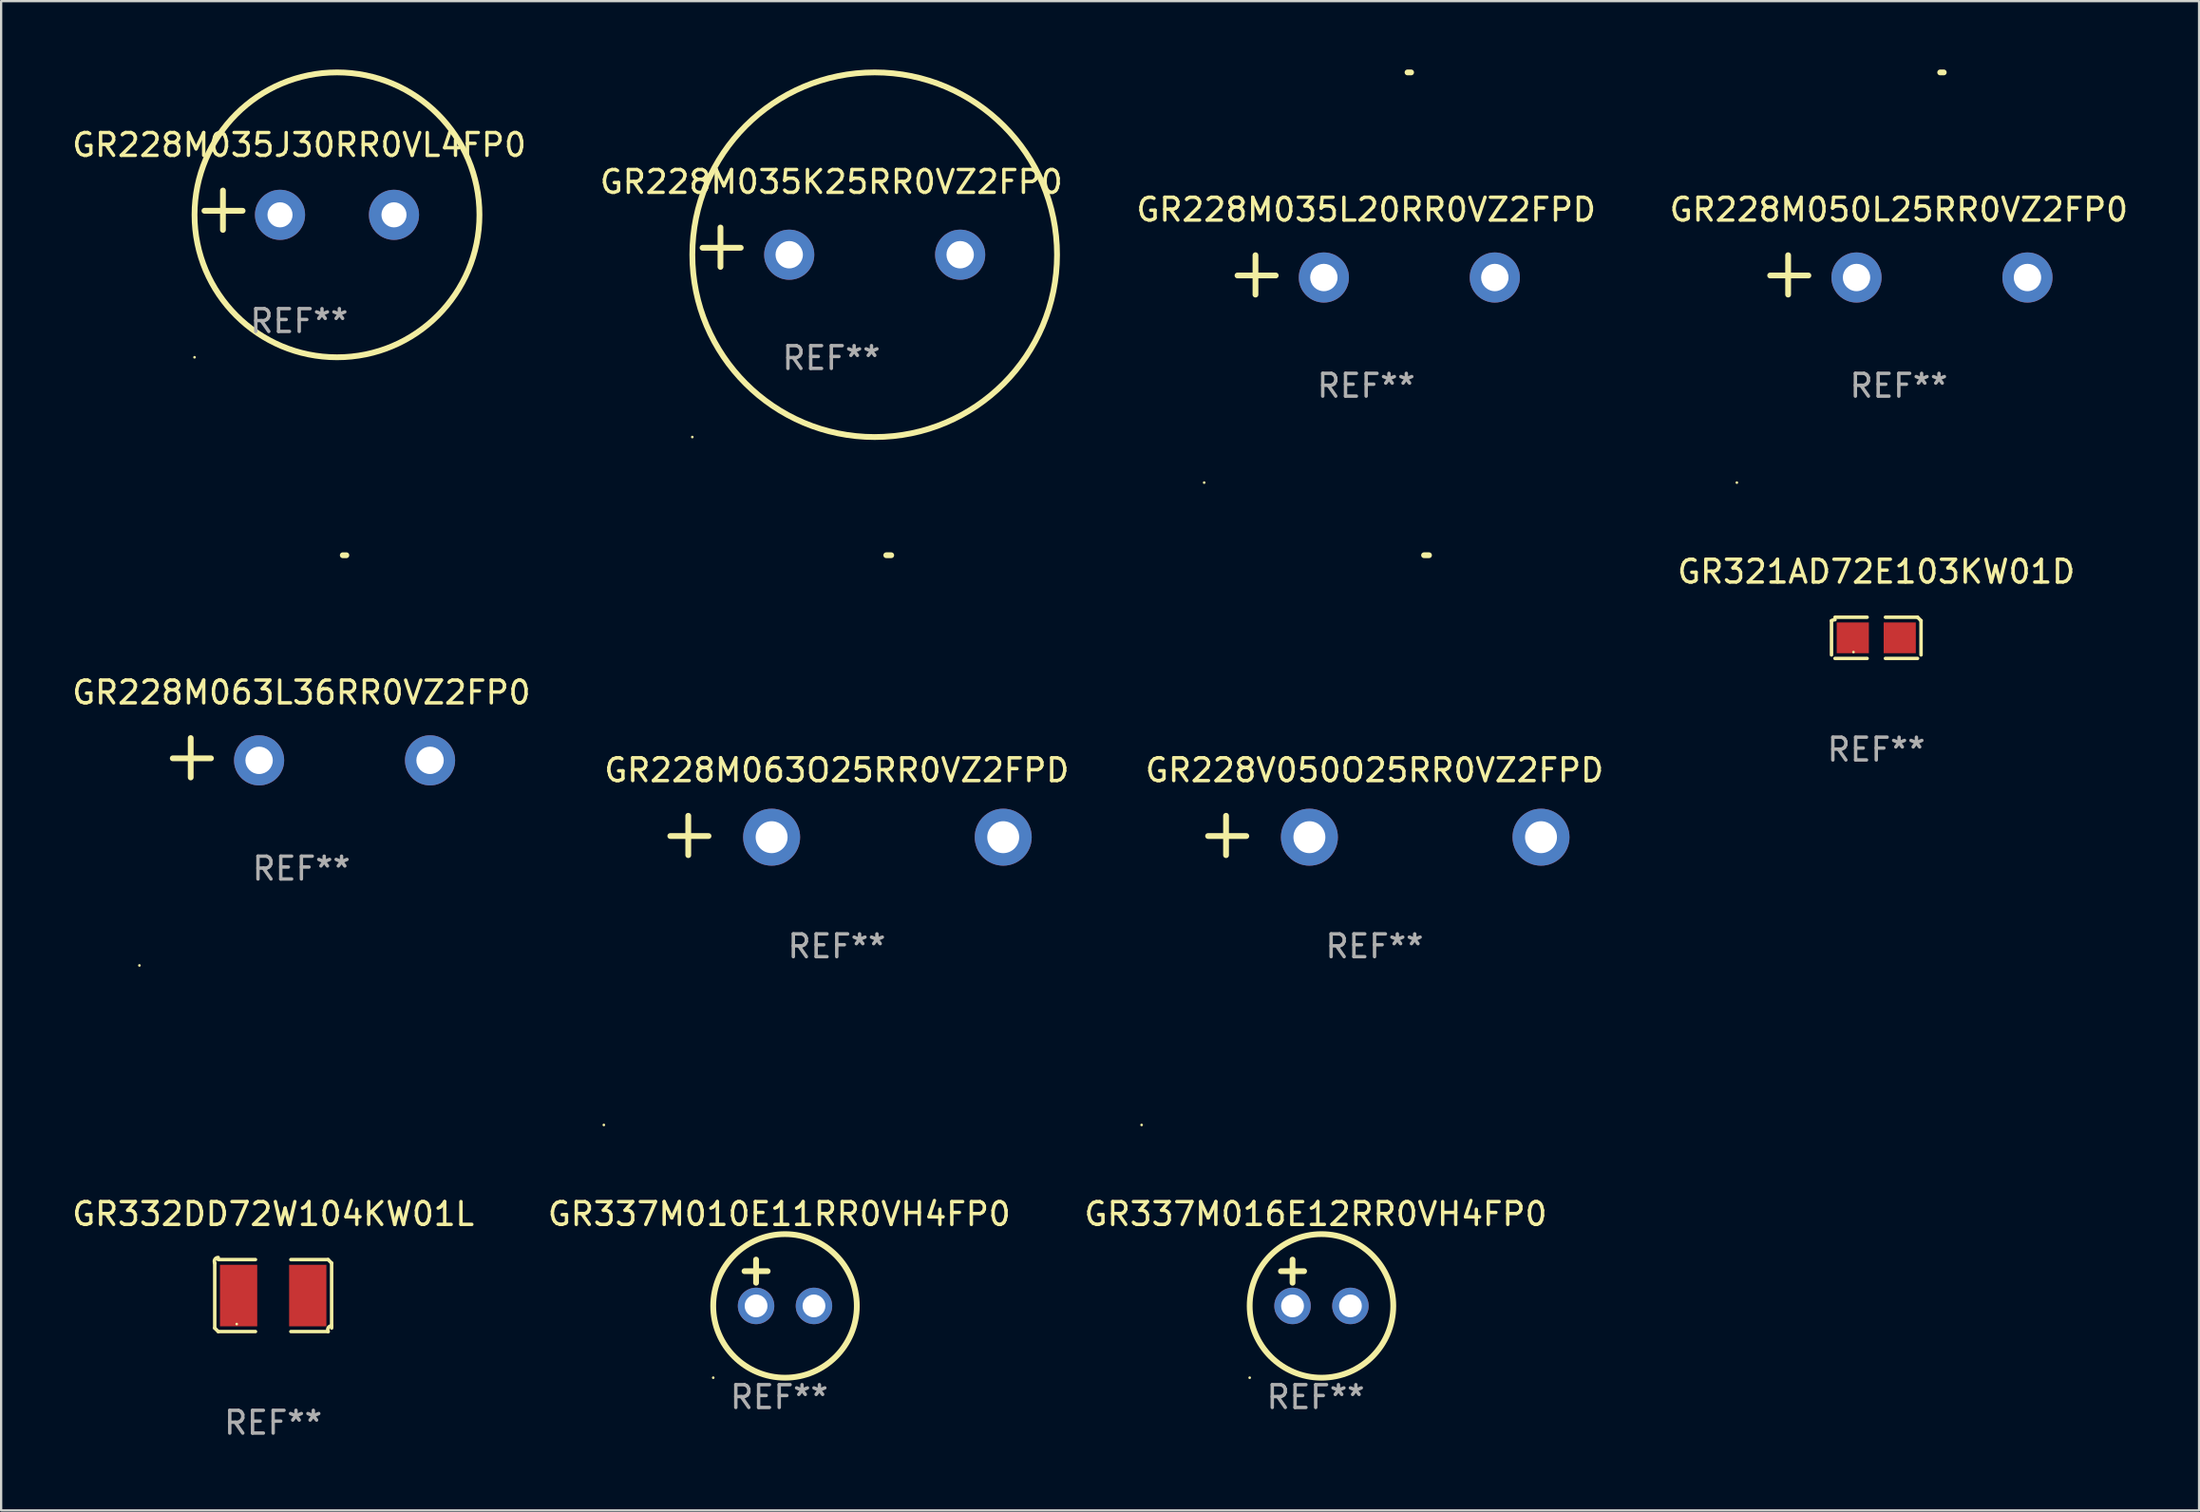
<source format=kicad_pcb>
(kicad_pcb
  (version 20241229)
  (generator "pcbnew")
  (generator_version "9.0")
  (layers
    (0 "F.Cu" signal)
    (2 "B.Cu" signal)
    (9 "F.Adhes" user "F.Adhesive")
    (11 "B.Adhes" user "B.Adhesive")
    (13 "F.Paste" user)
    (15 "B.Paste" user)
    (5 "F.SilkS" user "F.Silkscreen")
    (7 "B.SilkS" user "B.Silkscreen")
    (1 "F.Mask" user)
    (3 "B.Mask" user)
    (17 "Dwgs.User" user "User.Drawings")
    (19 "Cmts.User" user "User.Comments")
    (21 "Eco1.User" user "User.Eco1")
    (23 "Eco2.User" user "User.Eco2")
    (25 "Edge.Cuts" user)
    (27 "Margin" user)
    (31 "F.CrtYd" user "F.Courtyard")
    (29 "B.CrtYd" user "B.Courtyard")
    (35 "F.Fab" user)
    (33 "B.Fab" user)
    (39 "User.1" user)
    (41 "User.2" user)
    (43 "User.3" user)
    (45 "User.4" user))
  (footprint "GR228M063O25RR0VZ2FPD"
    (layer "F.Cu")
    (at 33.661 33.61)
    (property "Reference" "GR228M063O25RR0VZ2FPD" (at 0 -2.864 0) (layer "F.SilkS") (effects (font (size 1 1) (thickness 0.15))))
    (attr through_hole)
    (fp_line (start -6.515 0.864) (end -6.515 -0.864) (stroke (width 0.254) (type solid)) (layer "F.SilkS"))
    (fp_line (start -5.626 0.025) (end -7.303 0.025) (stroke (width 0.254) (type solid)) (layer "F.SilkS"))
    (fp_arc (start 2.171704 -12.296165) (mid 2.280925 -12.296638) (end 2.390145 -12.296165) (stroke (width 0.254001) (type solid)) (layer "F.SilkS"))
    (fp_circle (center -10.219 12.703) (end -10.189 12.703) (stroke (width 0.06) (type solid)) (fill no) (layer "F.SilkS"))
    (fp_text user "REF**" (at 0 4.864 0) (layer "F.Fab") (effects (font (size 1 1) (thickness 0.15))))
    (pad "1" thru_hole circle (at -2.858 0.076) (size 2.5 2.5) (drill 1.4) (layers "*.Cu" "*.Mask"))
    (pad "2" thru_hole circle (at 7.303 0.076) (size 2.5 2.5) (drill 1.4) (layers "*.Cu" "*.Mask")))
  (footprint "GR332DD72W104KW01L"
    (layer "F.Cu")
    (at 8.935 53.8)
    (property "Reference" "GR332DD72W104KW01L" (at 0 -3.579 0) (layer "F.SilkS") (effects (font (size 1 1) (thickness 0.15))))
    (attr through_hole)
    (fp_line (start -2.564 1.426) (end -2.564 -1.426) (stroke (width 0.152) (type solid)) (layer "F.SilkS"))
    (fp_line (start -2.411 -1.579) (end -0.776 -1.579) (stroke (width 0.152) (type solid)) (layer "F.SilkS"))
    (fp_line (start -0.776 1.579) (end -2.411 1.579) (stroke (width 0.152) (type solid)) (layer "F.SilkS"))
    (fp_line (start 0.776 1.579) (end 2.411 1.579) (stroke (width 0.152) (type solid)) (layer "F.SilkS"))
    (fp_line (start 2.411 -1.579) (end 0.776 -1.579) (stroke (width 0.152) (type solid)) (layer "F.SilkS"))
    (fp_line (start 2.564 1.426) (end 2.564 -1.426) (stroke (width 0.152) (type solid)) (layer "F.SilkS"))
    (fp_arc (start -2.563602 -1.426213) (mid -2.555597 -1.591233) (end -2.411201 -1.671518) (stroke (width 0.1524) (type solid)) (layer "F.SilkS"))
    (fp_arc (start -2.5636 1.426214) (mid -2.487389 1.502402) (end -2.411201 1.578613) (stroke (width 0.1524) (type solid)) (layer "F.SilkS"))
    (fp_arc (start 2.411197 -1.578618) (mid 2.487403 -1.502419) (end 2.563602 -1.426213) (stroke (width 0.1524) (type solid)) (layer "F.SilkS"))
    (fp_arc (start 2.411201 1.578613) (mid 2.416214 1.409455) (end 2.563602 1.32629) (stroke (width 0.1524) (type solid)) (layer "F.SilkS"))
    (fp_circle (center -1.6 1.25) (end -1.57 1.25) (stroke (width 0.06) (type solid)) (fill no) (layer "F.SilkS"))
    (fp_text user "REF**" (at 0 5.579 0) (layer "F.Fab") (effects (font (size 1 1) (thickness 0.15))))
    (pad "1" smd rect (at -1.517 0) (size 1.635 2.7) (layers "F.Cu" "F.Mask" "F.Paste"))
    (pad "2" smd rect (at 1.517 0) (size 1.635 2.7) (layers "F.Cu" "F.Mask" "F.Paste")))
  (footprint "GR228M035L20RR0VZ2FPD"
    (layer "F.Cu")
    (at 56.887 9.013)
    (property "Reference" "GR228M035L20RR0VZ2FPD" (at 0 -2.864 0) (layer "F.SilkS") (effects (font (size 1 1) (thickness 0.15))))
    (attr through_hole)
    (fp_line (start -4.856 0.864) (end -4.856 -0.864) (stroke (width 0.254) (type solid)) (layer "F.SilkS"))
    (fp_line (start -3.967 0.025) (end -5.644 0.025) (stroke (width 0.254) (type solid)) (layer "F.SilkS"))
    (fp_arc (start 1.815024 -8.885649) (mid 1.893764 -8.88599) (end 1.972504 -8.885649) (stroke (width 0.254001) (type solid)) (layer "F.SilkS"))
    (fp_circle (center -7.106 9.114) (end -7.076 9.114) (stroke (width 0.06) (type solid)) (fill no) (layer "F.SilkS"))
    (fp_text user "REF**" (at 0 4.864 0) (layer "F.Fab") (effects (font (size 1 1) (thickness 0.15))))
    (pad "1" thru_hole circle (at -1.856 0.114) (size 2.2 2.2) (drill 1.2) (layers "*.Cu" "*.Mask"))
    (pad "2" thru_hole circle (at 5.644 0.114) (size 2.2 2.2) (drill 1.2) (layers "*.Cu" "*.Mask")))
  (footprint "GR337M010E11RR0VH4FP0"
    (layer "F.Cu")
    (at 31.137 53.238)
    (property "Reference" "GR337M010E11RR0VH4FP0" (at 0 -3.016 0) (layer "F.SilkS") (effects (font (size 1 1) (thickness 0.15))))
    (attr through_hole)
    (fp_line (start -1.524 -0.508) (end -0.508 -0.508) (stroke (width 0.254) (type solid)) (layer "F.SilkS"))
    (fp_line (start -1.016 -1.016) (end -1.016 0) (stroke (width 0.254) (type solid)) (layer "F.SilkS"))
    (fp_circle (center -2.896 4.166) (end -2.866 4.166) (stroke (width 0.06) (type solid)) (fill no) (layer "F.SilkS"))
    (fp_circle (center 0.254 1.016) (end 3.404 1.016) (stroke (width 0.254) (type solid)) (fill no) (layer "F.SilkS"))
    (fp_text user "REF**" (at 0 5.016 0) (layer "F.Fab") (effects (font (size 1 1) (thickness 0.15))))
    (pad "1" thru_hole circle (at -1.016 1.016) (size 1.6 1.6) (drill 1) (layers "*.Cu" "*.Mask"))
    (pad "2" thru_hole circle (at 1.524 1.016) (size 1.6 1.6) (drill 1) (layers "*.Cu" "*.Mask")))
  (footprint "GR228M063L36RR0VZ2FP0"
    (layer "F.Cu")
    (at 10.173 30.2)
    (property "Reference" "GR228M063L36RR0VZ2FP0" (at 0 -2.864 0) (layer "F.SilkS") (effects (font (size 1 1) (thickness 0.15))))
    (attr through_hole)
    (fp_line (start -4.856 0.864) (end -4.856 -0.864) (stroke (width 0.254) (type solid)) (layer "F.SilkS"))
    (fp_line (start -3.967 0.025) (end -5.644 0.025) (stroke (width 0.254) (type solid)) (layer "F.SilkS"))
    (fp_arc (start 1.815024 -8.885649) (mid 1.893764 -8.88599) (end 1.972504 -8.885649) (stroke (width 0.254001) (type solid)) (layer "F.SilkS"))
    (fp_circle (center -7.106 9.114) (end -7.076 9.114) (stroke (width 0.06) (type solid)) (fill no) (layer "F.SilkS"))
    (fp_text user "REF**" (at 0 4.864 0) (layer "F.Fab") (effects (font (size 1 1) (thickness 0.15))))
    (pad "1" thru_hole circle (at -1.856 0.114) (size 2.2 2.2) (drill 1.2) (layers "*.Cu" "*.Mask"))
    (pad "2" thru_hole circle (at 5.644 0.114) (size 2.2 2.2) (drill 1.2) (layers "*.Cu" "*.Mask")))
  (footprint "GR228M035J30RR0VL4FP0"
    (layer "F.Cu")
    (at 10.077 6.174)
    (property "Reference" "GR228M035J30RR0VL4FP0" (at 0 -2.864 0) (layer "F.SilkS") (effects (font (size 1 1) (thickness 0.15))))
    (attr through_hole)
    (fp_line (start -3.346 0.864) (end -3.346 -0.864) (stroke (width 0.254) (type solid)) (layer "F.SilkS"))
    (fp_line (start -2.482 0.025) (end -4.158 0.025) (stroke (width 0.254) (type solid)) (layer "F.SilkS"))
    (fp_circle (center -4.592 6.453) (end -4.562 6.453) (stroke (width 0.06) (type solid)) (fill no) (layer "F.SilkS"))
    (fp_circle (center 1.658 0.203) (end 7.908 0.203) (stroke (width 0.254) (type solid)) (fill no) (layer "F.SilkS"))
    (fp_text user "REF**" (at 0 4.864 0) (layer "F.Fab") (effects (font (size 1 1) (thickness 0.15))))
    (pad "1" thru_hole circle (at -0.842 0.203) (size 2.2 2.2) (drill 1.1) (layers "*.Cu" "*.Mask"))
    (pad "2" thru_hole circle (at 4.158 0.203) (size 2.2 2.2) (drill 1.1) (layers "*.Cu" "*.Mask")))
  (footprint "GR228M035K25RR0VZ2FP0"
    (layer "F.Cu")
    (at 33.423 7.797)
    (property "Reference" "GR228M035K25RR0VZ2FP0" (at 0 -2.864 0) (layer "F.SilkS") (effects (font (size 1 1) (thickness 0.15))))
    (attr through_hole)
    (fp_line (start -4.864 0.864) (end -4.864 -0.864) (stroke (width 0.254) (type solid)) (layer "F.SilkS"))
    (fp_line (start -3.975 0.025) (end -5.652 0.025) (stroke (width 0.254) (type solid)) (layer "F.SilkS"))
    (fp_circle (center -6.099 8.33) (end -6.069 8.33) (stroke (width 0.06) (type solid)) (fill no) (layer "F.SilkS"))
    (fp_circle (center 1.902 0.33) (end 9.902 0.33) (stroke (width 0.254) (type solid)) (fill no) (layer "F.SilkS"))
    (fp_text user "REF**" (at 0 4.864 0) (layer "F.Fab") (effects (font (size 1 1) (thickness 0.15))))
    (pad "1" thru_hole circle (at -1.848 0.33) (size 2.2 2.2) (drill 1.2) (layers "*.Cu" "*.Mask"))
    (pad "2" thru_hole circle (at 5.652 0.33) (size 2.2 2.2) (drill 1.2) (layers "*.Cu" "*.Mask")))
  (footprint "GR337M016E12RR0VH4FP0"
    (layer "F.Cu")
    (at 54.673 53.238)
    (property "Reference" "GR337M016E12RR0VH4FP0" (at 0 -3.016 0) (layer "F.SilkS") (effects (font (size 1 1) (thickness 0.15))))
    (attr through_hole)
    (fp_line (start -1.524 -0.508) (end -0.508 -0.508) (stroke (width 0.254) (type solid)) (layer "F.SilkS"))
    (fp_line (start -1.016 -1.016) (end -1.016 0) (stroke (width 0.254) (type solid)) (layer "F.SilkS"))
    (fp_circle (center -2.896 4.166) (end -2.866 4.166) (stroke (width 0.06) (type solid)) (fill no) (layer "F.SilkS"))
    (fp_circle (center 0.254 1.016) (end 3.404 1.016) (stroke (width 0.254) (type solid)) (fill no) (layer "F.SilkS"))
    (fp_text user "REF**" (at 0 5.016 0) (layer "F.Fab") (effects (font (size 1 1) (thickness 0.15))))
    (pad "1" thru_hole circle (at -1.016 1.016) (size 1.6 1.6) (drill 1) (layers "*.Cu" "*.Mask"))
    (pad "2" thru_hole circle (at 1.524 1.016) (size 1.6 1.6) (drill 1) (layers "*.Cu" "*.Mask")))
  (footprint "GR228V050O25RR0VZ2FPD"
    (layer "F.Cu")
    (at 57.255 33.61)
    (property "Reference" "GR228V050O25RR0VZ2FPD" (at 0 -2.864 0) (layer "F.SilkS") (effects (font (size 1 1) (thickness 0.15))))
    (attr through_hole)
    (fp_line (start -6.515 0.864) (end -6.515 -0.864) (stroke (width 0.254) (type solid)) (layer "F.SilkS"))
    (fp_line (start -5.626 0.025) (end -7.303 0.025) (stroke (width 0.254) (type solid)) (layer "F.SilkS"))
    (fp_arc (start 2.171704 -12.296165) (mid 2.280925 -12.296638) (end 2.390145 -12.296165) (stroke (width 0.254001) (type solid)) (layer "F.SilkS"))
    (fp_circle (center -10.219 12.703) (end -10.189 12.703) (stroke (width 0.06) (type solid)) (fill no) (layer "F.SilkS"))
    (fp_text user "REF**" (at 0 4.864 0) (layer "F.Fab") (effects (font (size 1 1) (thickness 0.15))))
    (pad "1" thru_hole circle (at -2.858 0.076) (size 2.5 2.5) (drill 1.4) (layers "*.Cu" "*.Mask"))
    (pad "2" thru_hole circle (at 7.303 0.076) (size 2.5 2.5) (drill 1.4) (layers "*.Cu" "*.Mask")))
  (footprint "GR321AD72E103KW01D"
    (layer "F.Cu")
    (at 79.267 24.938)
    (property "Reference" "GR321AD72E103KW01D" (at 0 -2.904 0) (layer "F.SilkS") (effects (font (size 1 1) (thickness 0.15))))
    (attr through_hole)
    (fp_line (start -1.964 0.751) (end -1.964 -0.751) (stroke (width 0.152) (type solid)) (layer "F.SilkS"))
    (fp_line (start -1.811 -0.904) (end -0.401 -0.904) (stroke (width 0.152) (type solid)) (layer "F.SilkS"))
    (fp_line (start -0.401 0.904) (end -1.811 0.904) (stroke (width 0.152) (type solid)) (layer "F.SilkS"))
    (fp_line (start 0.401 0.904) (end 1.811 0.904) (stroke (width 0.152) (type solid)) (layer "F.SilkS"))
    (fp_line (start 1.811 -0.904) (end 0.401 -0.904) (stroke (width 0.152) (type solid)) (layer "F.SilkS"))
    (fp_line (start 1.964 0.751) (end 1.964 -0.751) (stroke (width 0.152) (type solid)) (layer "F.SilkS"))
    (fp_arc (start -1.963602 -0.751207) (mid -1.890354 -0.783131) (end -1.811201 -0.794044) (stroke (width 0.1524) (type solid)) (layer "F.SilkS"))
    (fp_arc (start 1.811202 -0.903607) (mid 1.887413 -0.827418) (end 1.963602 -0.751207) (stroke (width 0.1524) (type solid)) (layer "F.SilkS"))
    (fp_circle (center -1 0.625) (end -0.97 0.625) (stroke (width 0.06) (type solid)) (fill no) (layer "F.SilkS"))
    (fp_text user "REF**" (at 0 4.904 0) (layer "F.Fab") (effects (font (size 1 1) (thickness 0.15))))
    (pad "1" smd rect (at -1.03 0) (size 1.41 1.35) (layers "F.Cu" "F.Mask" "F.Paste"))
    (pad "2" smd rect (at 1.03 0) (size 1.41 1.35) (layers "F.Cu" "F.Mask" "F.Paste")))
  (footprint "GR228M050L25RR0VZ2FP0"
    (layer "F.Cu")
    (at 80.256 9.013)
    (property "Reference" "GR228M050L25RR0VZ2FP0" (at 0 -2.864 0) (layer "F.SilkS") (effects (font (size 1 1) (thickness 0.15))))
    (attr through_hole)
    (fp_line (start -4.856 0.864) (end -4.856 -0.864) (stroke (width 0.254) (type solid)) (layer "F.SilkS"))
    (fp_line (start -3.967 0.025) (end -5.644 0.025) (stroke (width 0.254) (type solid)) (layer "F.SilkS"))
    (fp_arc (start 1.815024 -8.885649) (mid 1.893764 -8.88599) (end 1.972504 -8.885649) (stroke (width 0.254001) (type solid)) (layer "F.SilkS"))
    (fp_circle (center -7.106 9.114) (end -7.076 9.114) (stroke (width 0.06) (type solid)) (fill no) (layer "F.SilkS"))
    (fp_text user "REF**" (at 0 4.864 0) (layer "F.Fab") (effects (font (size 1 1) (thickness 0.15))))
    (pad "1" thru_hole circle (at -1.856 0.114) (size 2.2 2.2) (drill 1.2) (layers "*.Cu" "*.Mask"))
    (pad "2" thru_hole circle (at 5.644 0.114) (size 2.2 2.2) (drill 1.2) (layers "*.Cu" "*.Mask")))
  (gr_rect
    (start -3 -3)
    (end 93.429 63.227)
    (stroke (width 0.1) (type default))
    (fill no)
    (layer "Edge.Cuts")))
</source>
